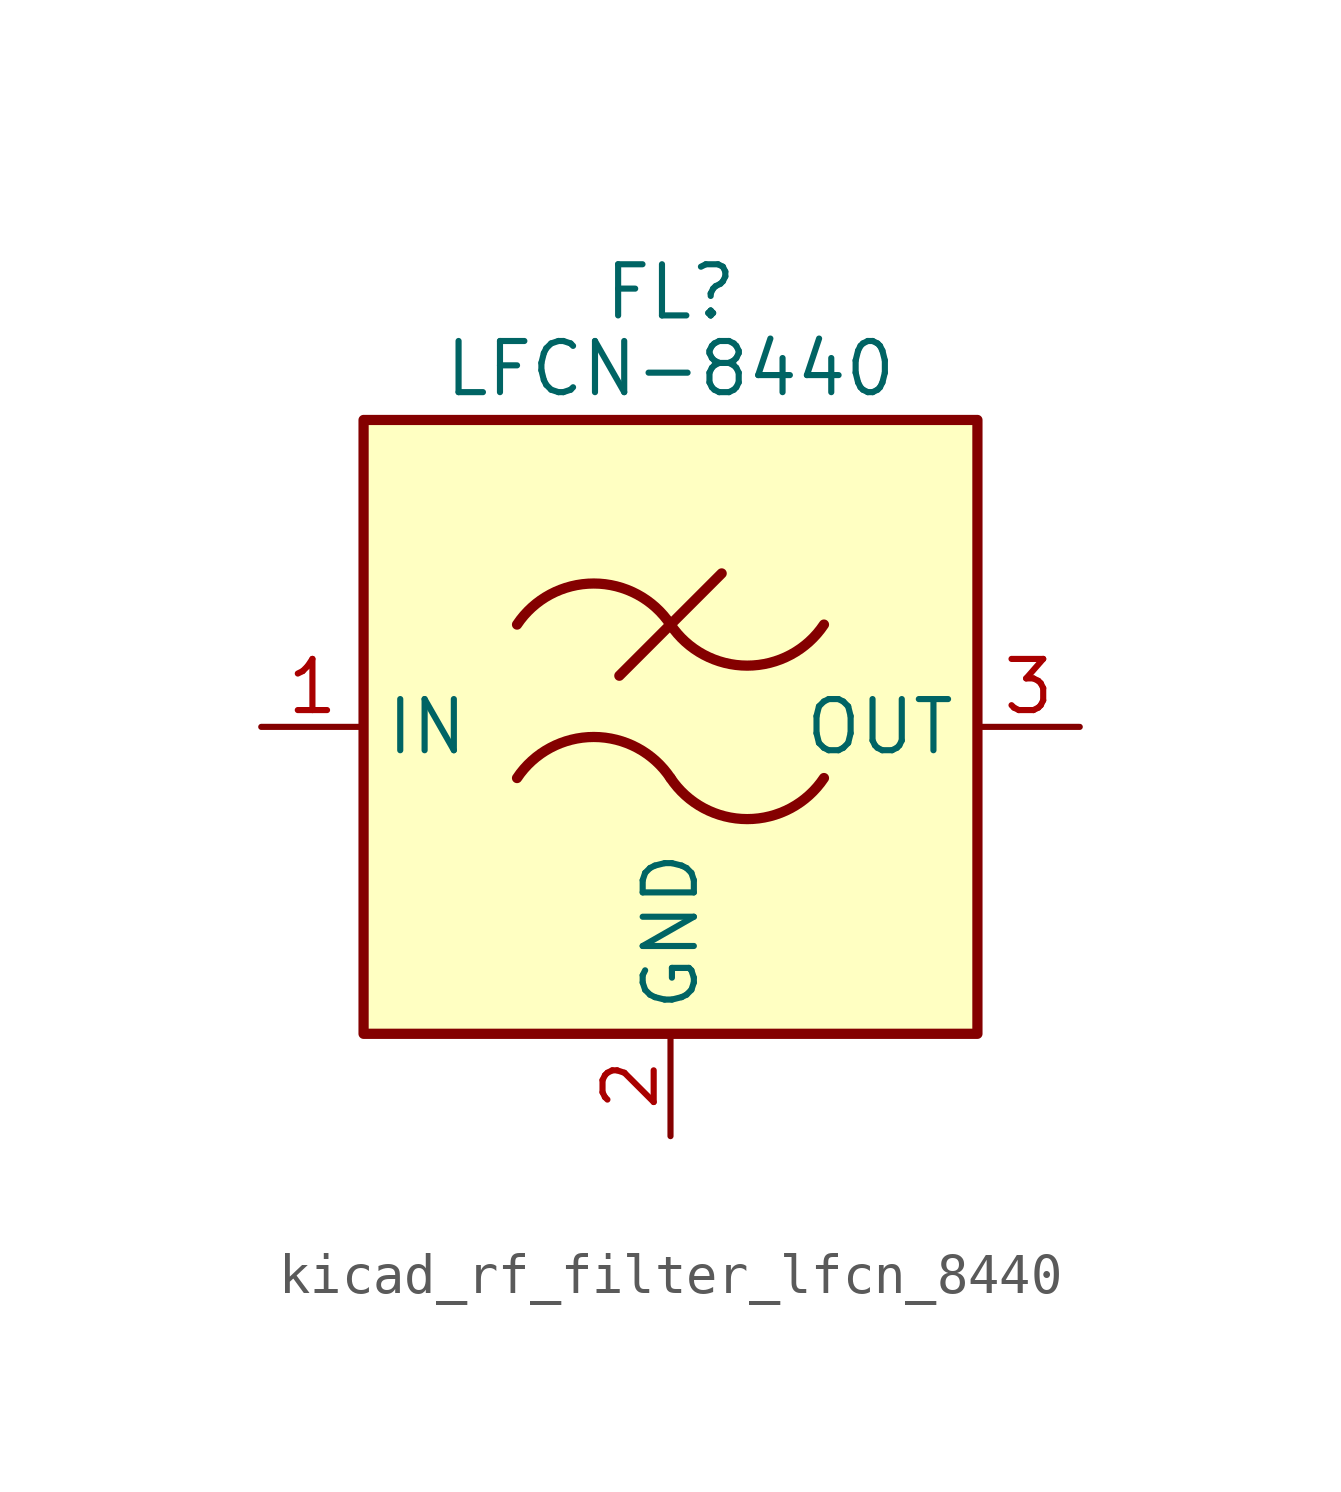
<source format=kicad_sym>
(kicad_symbol_lib
  (version 20220914)
  (generator kicad_symbol_editor)
  (symbol "kicad_rf_filter_lfcn_8440"
    (property "Reference" "FL"
      (at 0 10.795 0)
      (effects (font (size 1.27 1.27))))
    (property "Value" "LFCN-8440"
      (at 0 8.89 0)
      (effects (font (size 1.27 1.27))))
    (symbol "kicad_rf_filter_lfcn_8440_0_1"
      (rectangle (start -7.62 7.62) (end 7.62 -7.62) (stroke (width 0.254) (type default)) (fill (type background)))
      (arc (start 0 -1.27) (mid -1.905 -0.2505) (end -3.81 -1.27) (stroke (width 0.254) (type default)) (fill (type none)))
      (arc (start 0 -1.27) (mid 1.905 -2.2895) (end 3.81 -1.27) (stroke (width 0.254) (type default)) (fill (type none)))
      (polyline (pts (xy -1.27 1.27) (xy 1.27 3.81)) (stroke (width 0.254) (type default)) (fill (type none)))
      (arc (start 0 2.54) (mid -1.905 3.5595) (end -3.81 2.54) (stroke (width 0.254) (type default)) (fill (type none)))
      (arc (start 0 2.54) (mid 1.905 1.5205) (end 3.81 2.54) (stroke (width 0.254) (type default)) (fill (type none))))
    (symbol "kicad_rf_filter_lfcn_8440_1_1"
      (pin passive line (at -10.16 0 0) (length 2.54) (name "IN" (effects (font (size 1.27 1.27)))) (number "1" (effects (font (size 1.27 1.27)))))
      (pin passive line (at 0 -10.16 90) (length 2.54) (name "GND" (effects (font (size 1.27 1.27)))) (number "2" (effects (font (size 1.27 1.27)))))
      (pin passive line (at 10.16 0 180) (length 2.54) (name "OUT" (effects (font (size 1.27 1.27)))) (number "3" (effects (font (size 1.27 1.27)))))
      (pin passive line (at 0 -10.16 90) (length 2.54) hide (name "GND" (effects (font (size 1.27 1.27)))) (number "4" (effects (font (size 1.27 1.27))))))))
</source>
